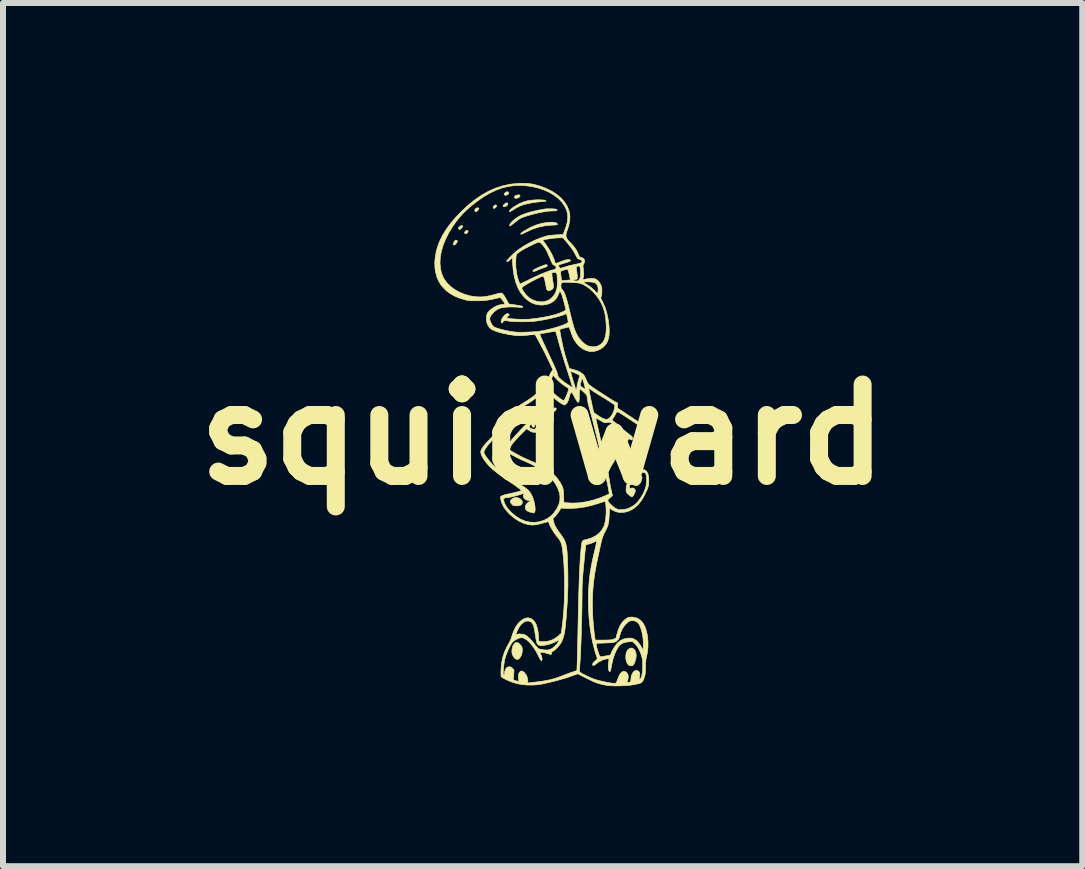
<source format=kicad_pcb>
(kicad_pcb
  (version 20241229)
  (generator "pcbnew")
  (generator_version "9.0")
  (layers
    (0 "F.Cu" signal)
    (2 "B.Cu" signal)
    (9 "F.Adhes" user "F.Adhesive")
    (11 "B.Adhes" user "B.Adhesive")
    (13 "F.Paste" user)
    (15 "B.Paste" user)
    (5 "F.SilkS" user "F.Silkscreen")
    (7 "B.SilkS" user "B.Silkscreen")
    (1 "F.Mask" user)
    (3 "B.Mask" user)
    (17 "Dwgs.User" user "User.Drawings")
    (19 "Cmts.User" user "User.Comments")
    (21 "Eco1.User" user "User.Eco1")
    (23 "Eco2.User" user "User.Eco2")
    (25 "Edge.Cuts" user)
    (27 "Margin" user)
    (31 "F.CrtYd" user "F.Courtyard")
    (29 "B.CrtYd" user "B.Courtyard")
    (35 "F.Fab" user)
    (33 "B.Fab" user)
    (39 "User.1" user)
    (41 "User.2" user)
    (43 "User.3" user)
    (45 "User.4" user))
  (footprint "squidward"
    (layer "F.Cu")
    (at 5.994 4.194)
    (property "Reference" "squidward" (at 0 0 0) (layer "F.SilkS") (effects (font (size 1.524 1.524) (thickness 0.3))))
    (attr through_hole)
    (fp_poly (pts (xy -0.628 1.065) (xy -0.631 1.068) (xy -0.635 1.065) (xy -0.631 1.061) (xy -0.628 1.065)) (stroke (width 0.01) (type solid)) (fill yes) (layer "F.SilkS"))
    (fp_poly (pts (xy -1.246 -3.401) (xy -1.241 -3.39) (xy -1.246 -3.373) (xy -1.255 -3.362) (xy -1.274 -3.349) (xy -1.29 -3.348) (xy -1.295 -3.352) (xy -1.3 -3.366) (xy -1.294 -3.383) (xy -1.281 -3.396) (xy -1.261 -3.404) (xy -1.246 -3.401)) (stroke (width 0.01) (type solid)) (fill yes) (layer "F.SilkS"))
    (fp_poly (pts (xy -1.336 -3.483) (xy -1.331 -3.473) (xy -1.337 -3.458) (xy -1.346 -3.447) (xy -1.368 -3.426) (xy -1.384 -3.419) (xy -1.396 -3.423) (xy -1.404 -3.437) (xy -1.399 -3.452) (xy -1.388 -3.464) (xy -1.367 -3.479) (xy -1.348 -3.485) (xy -1.336 -3.483)) (stroke (width 0.01) (type solid)) (fill yes) (layer "F.SilkS"))
    (fp_poly (pts (xy -1.066 -3.778) (xy -1.062 -3.769) (xy -1.069 -3.753) (xy -1.08 -3.738) (xy -1.098 -3.719) (xy -1.114 -3.713) (xy -1.126 -3.722) (xy -1.131 -3.742) (xy -1.123 -3.76) (xy -1.107 -3.774) (xy -1.083 -3.78) (xy -1.082 -3.78) (xy -1.066 -3.778)) (stroke (width 0.01) (type solid)) (fill yes) (layer "F.SilkS"))
    (fp_poly (pts (xy -0.778 -3.828) (xy -0.771 -3.822) (xy -0.764 -3.813) (xy -0.766 -3.803) (xy -0.774 -3.795) (xy -0.795 -3.775) (xy -0.812 -3.77) (xy -0.821 -3.776) (xy -0.826 -3.791) (xy -0.817 -3.809) (xy -0.802 -3.821) (xy -0.787 -3.829) (xy -0.778 -3.828)) (stroke (width 0.01) (type solid)) (fill yes) (layer "F.SilkS"))
    (fp_poly (pts (xy -0.574 -4.044) (xy -0.564 -4.031) (xy -0.564 -4.018) (xy -0.577 -4.003) (xy -0.597 -3.992) (xy -0.618 -3.988) (xy -0.626 -3.99) (xy -0.639 -3.999) (xy -0.642 -4.007) (xy -0.636 -4.02) (xy -0.622 -4.034) (xy -0.604 -4.045) (xy -0.59 -4.049) (xy -0.574 -4.044)) (stroke (width 0.01) (type solid)) (fill yes) (layer "F.SilkS"))
    (fp_poly (pts (xy -0.582 -3.856) (xy -0.579 -3.849) (xy -0.58 -3.834) (xy -0.592 -3.819) (xy -0.61 -3.807) (xy -0.63 -3.799) (xy -0.648 -3.799) (xy -0.656 -3.805) (xy -0.659 -3.813) (xy -0.654 -3.823) (xy -0.639 -3.839) (xy -0.635 -3.842) (xy -0.612 -3.86) (xy -0.594 -3.864) (xy -0.582 -3.856)) (stroke (width 0.01) (type solid)) (fill yes) (layer "F.SilkS"))
    (fp_poly (pts (xy -0.386 -3.995) (xy -0.378 -3.99) (xy -0.376 -3.975) (xy -0.385 -3.961) (xy -0.403 -3.949) (xy -0.424 -3.941) (xy -0.447 -3.939) (xy -0.461 -3.942) (xy -0.47 -3.952) (xy -0.468 -3.966) (xy -0.457 -3.98) (xy -0.449 -3.985) (xy -0.427 -3.993) (xy -0.404 -3.996) (xy -0.386 -3.995)) (stroke (width 0.01) (type solid)) (fill yes) (layer "F.SilkS"))
    (fp_poly (pts (xy -1.433 -3.238) (xy -1.421 -3.23) (xy -1.419 -3.224) (xy -1.423 -3.213) (xy -1.433 -3.196) (xy -1.438 -3.188) (xy -1.455 -3.169) (xy -1.472 -3.16) (xy -1.485 -3.163) (xy -1.491 -3.171) (xy -1.49 -3.182) (xy -1.482 -3.199) (xy -1.471 -3.219) (xy -1.459 -3.234) (xy -1.45 -3.242) (xy -1.449 -3.242) (xy -1.433 -3.238)) (stroke (width 0.01) (type solid)) (fill yes) (layer "F.SilkS"))
    (fp_poly (pts (xy 1.631 0.676) (xy 1.648 0.691) (xy 1.655 0.704) (xy 1.657 0.718) (xy 1.654 0.738) (xy 1.651 0.752) (xy 1.638 0.79) (xy 1.617 0.82) (xy 1.592 0.841) (xy 1.565 0.851) (xy 1.536 0.849) (xy 1.515 0.837) (xy 1.498 0.816) (xy 1.495 0.789) (xy 1.505 0.756) (xy 1.508 0.749) (xy 1.529 0.718) (xy 1.554 0.694) (xy 1.581 0.679) (xy 1.608 0.672) (xy 1.631 0.676)) (stroke (width 0.01) (type solid)) (fill yes) (layer "F.SilkS"))
    (fp_poly (pts (xy 0.067 -2.831) (xy 0.068 -2.831) (xy 0.08 -2.82) (xy 0.077 -2.808) (xy 0.06 -2.796) (xy 0.029 -2.783) (xy 0.006 -2.776) (xy -0.024 -2.766) (xy -0.059 -2.752) (xy -0.083 -2.742) (xy -0.118 -2.727) (xy -0.144 -2.72) (xy -0.16 -2.721) (xy -0.164 -2.729) (xy -0.157 -2.739) (xy -0.136 -2.753) (xy -0.101 -2.772) (xy -0.052 -2.794) (xy -0.024 -2.805) (xy 0.013 -2.82) (xy 0.039 -2.829) (xy 0.057 -2.833) (xy 0.067 -2.831)) (stroke (width 0.01) (type solid)) (fill yes) (layer "F.SilkS"))
    (fp_poly (pts (xy -0.423 1.05) (xy -0.412 1.052) (xy -0.381 1.066) (xy -0.357 1.085) (xy -0.341 1.108) (xy -0.336 1.125) (xy -0.342 1.152) (xy -0.359 1.172) (xy -0.387 1.183) (xy -0.428 1.188) (xy -0.437 1.188) (xy -0.465 1.187) (xy -0.483 1.184) (xy -0.496 1.177) (xy -0.511 1.164) (xy -0.512 1.162) (xy -0.531 1.139) (xy -0.538 1.118) (xy -0.538 1.117) (xy -0.531 1.094) (xy -0.513 1.073) (xy -0.486 1.058) (xy -0.456 1.049) (xy -0.423 1.05)) (stroke (width 0.01) (type solid)) (fill yes) (layer "F.SilkS"))
    (fp_poly (pts (xy 1.505 3.564) (xy 1.528 3.582) (xy 1.546 3.609) (xy 1.557 3.645) (xy 1.561 3.685) (xy 1.558 3.714) (xy 1.551 3.748) (xy 1.54 3.784) (xy 1.527 3.815) (xy 1.515 3.837) (xy 1.512 3.841) (xy 1.493 3.852) (xy 1.467 3.854) (xy 1.442 3.846) (xy 1.432 3.84) (xy 1.412 3.816) (xy 1.397 3.781) (xy 1.388 3.738) (xy 1.386 3.706) (xy 1.39 3.658) (xy 1.4 3.62) (xy 1.419 3.59) (xy 1.428 3.58) (xy 1.454 3.561) (xy 1.48 3.557) (xy 1.505 3.564)) (stroke (width 0.01) (type solid)) (fill yes) (layer "F.SilkS"))
    (fp_poly (pts (xy -0.417 3.465) (xy -0.417 3.466) (xy -0.394 3.48) (xy -0.371 3.502) (xy -0.352 3.529) (xy -0.343 3.547) (xy -0.337 3.585) (xy -0.34 3.627) (xy -0.35 3.669) (xy -0.368 3.706) (xy -0.391 3.733) (xy -0.393 3.735) (xy -0.411 3.747) (xy -0.426 3.749) (xy -0.445 3.741) (xy -0.45 3.739) (xy -0.465 3.726) (xy -0.482 3.705) (xy -0.491 3.692) (xy -0.503 3.667) (xy -0.51 3.644) (xy -0.512 3.613) (xy -0.512 3.608) (xy -0.508 3.566) (xy -0.498 3.528) (xy -0.482 3.497) (xy -0.462 3.475) (xy -0.44 3.464) (xy -0.417 3.465)) (stroke (width 0.01) (type solid)) (fill yes) (layer "F.SilkS"))
    (fp_poly (pts (xy 0.187 -3.539) (xy 0.215 -3.533) (xy 0.236 -3.524) (xy 0.246 -3.514) (xy 0.247 -3.511) (xy 0.247 -3.499) (xy 0.247 -3.499) (xy 0.24 -3.497) (xy 0.221 -3.495) (xy 0.193 -3.493) (xy 0.163 -3.492) (xy 0.05 -3.483) (xy -0.063 -3.459) (xy -0.176 -3.422) (xy -0.282 -3.373) (xy -0.312 -3.357) (xy -0.338 -3.346) (xy -0.355 -3.34) (xy -0.363 -3.34) (xy -0.365 -3.347) (xy -0.361 -3.355) (xy -0.349 -3.365) (xy -0.328 -3.381) (xy -0.308 -3.394) (xy -0.212 -3.449) (xy -0.113 -3.492) (xy -0.01 -3.522) (xy 0.092 -3.538) (xy 0.155 -3.541) (xy 0.187 -3.539)) (stroke (width 0.01) (type solid)) (fill yes) (layer "F.SilkS"))
    (fp_poly (pts (xy -0.028 -3.913) (xy 0.007 -3.911) (xy 0.034 -3.907) (xy 0.052 -3.902) (xy 0.058 -3.895) (xy 0.057 -3.893) (xy 0.048 -3.89) (xy 0.028 -3.887) (xy -0.001 -3.884) (xy -0.028 -3.882) (xy -0.094 -3.876) (xy -0.165 -3.866) (xy -0.236 -3.852) (xy -0.301 -3.837) (xy -0.32 -3.831) (xy -0.385 -3.807) (xy -0.447 -3.774) (xy -0.487 -3.749) (xy -0.517 -3.73) (xy -0.536 -3.719) (xy -0.547 -3.715) (xy -0.552 -3.718) (xy -0.553 -3.723) (xy -0.546 -3.739) (xy -0.525 -3.76) (xy -0.491 -3.787) (xy -0.463 -3.806) (xy -0.39 -3.848) (xy -0.311 -3.881) (xy -0.269 -3.893) (xy -0.236 -3.901) (xy -0.198 -3.906) (xy -0.155 -3.91) (xy -0.111 -3.913) (xy -0.068 -3.914) (xy -0.028 -3.913)) (stroke (width 0.01) (type solid)) (fill yes) (layer "F.SilkS"))
    (fp_poly (pts (xy 0.121 -3.764) (xy 0.142 -3.764) (xy 0.186 -3.762) (xy 0.216 -3.759) (xy 0.234 -3.755) (xy 0.242 -3.75) (xy 0.242 -3.743) (xy 0.239 -3.738) (xy 0.228 -3.732) (xy 0.206 -3.729) (xy 0.171 -3.728) (xy 0.169 -3.728) (xy 0.105 -3.725) (xy 0.03 -3.715) (xy -0.053 -3.7) (xy -0.141 -3.679) (xy -0.232 -3.654) (xy -0.284 -3.638) (xy -0.321 -3.625) (xy -0.351 -3.613) (xy -0.378 -3.599) (xy -0.406 -3.581) (xy -0.437 -3.558) (xy -0.467 -3.534) (xy -0.493 -3.513) (xy -0.515 -3.496) (xy -0.531 -3.483) (xy -0.536 -3.479) (xy -0.545 -3.478) (xy -0.55 -3.484) (xy -0.548 -3.498) (xy -0.536 -3.518) (xy -0.516 -3.543) (xy -0.489 -3.569) (xy -0.459 -3.594) (xy -0.453 -3.599) (xy -0.413 -3.626) (xy -0.37 -3.65) (xy -0.322 -3.671) (xy -0.267 -3.691) (xy -0.203 -3.71) (xy -0.128 -3.728) (xy -0.06 -3.743) (xy -0.012 -3.752) (xy 0.026 -3.759) (xy 0.058 -3.763) (xy 0.088 -3.764) (xy 0.121 -3.764)) (stroke (width 0.01) (type solid)) (fill yes) (layer "F.SilkS"))
    (fp_poly (pts (xy -0.224 -4.184) (xy -0.152 -4.172) (xy -0.076 -4.152) (xy -0.043 -4.142) (xy 0.062 -4.102) (xy 0.156 -4.056) (xy 0.238 -4.002) (xy 0.308 -3.943) (xy 0.365 -3.877) (xy 0.41 -3.806) (xy 0.44 -3.731) (xy 0.445 -3.712) (xy 0.456 -3.643) (xy 0.453 -3.568) (xy 0.437 -3.488) (xy 0.419 -3.43) (xy 0.402 -3.381) (xy 0.392 -3.343) (xy 0.39 -3.311) (xy 0.396 -3.284) (xy 0.411 -3.257) (xy 0.435 -3.227) (xy 0.47 -3.192) (xy 0.521 -3.135) (xy 0.563 -3.075) (xy 0.593 -3.016) (xy 0.598 -3.003) (xy 0.608 -2.978) (xy 0.617 -2.964) (xy 0.629 -2.958) (xy 0.637 -2.955) (xy 0.67 -2.943) (xy 0.692 -2.923) (xy 0.701 -2.897) (xy 0.696 -2.867) (xy 0.687 -2.85) (xy 0.677 -2.83) (xy 0.674 -2.811) (xy 0.675 -2.786) (xy 0.676 -2.784) (xy 0.682 -2.728) (xy 0.685 -2.684) (xy 0.684 -2.65) (xy 0.68 -2.623) (xy 0.677 -2.616) (xy 0.672 -2.601) (xy 0.671 -2.592) (xy 0.675 -2.587) (xy 0.688 -2.587) (xy 0.71 -2.59) (xy 0.745 -2.597) (xy 0.747 -2.597) (xy 0.805 -2.605) (xy 0.853 -2.602) (xy 0.892 -2.589) (xy 0.925 -2.564) (xy 0.953 -2.528) (xy 0.965 -2.505) (xy 0.977 -2.479) (xy 0.984 -2.458) (xy 0.987 -2.435) (xy 0.988 -2.404) (xy 0.988 -2.392) (xy 0.987 -2.352) (xy 0.982 -2.319) (xy 0.977 -2.301) (xy 0.972 -2.287) (xy 0.971 -2.276) (xy 0.975 -2.262) (xy 0.984 -2.242) (xy 0.995 -2.223) (xy 1.037 -2.131) (xy 1.07 -2.03) (xy 1.093 -1.919) (xy 1.107 -1.81) (xy 1.111 -1.731) (xy 1.108 -1.663) (xy 1.099 -1.604) (xy 1.081 -1.552) (xy 1.079 -1.546) (xy 1.049 -1.498) (xy 1.009 -1.456) (xy 0.959 -1.422) (xy 0.904 -1.398) (xy 0.846 -1.385) (xy 0.842 -1.385) (xy 0.783 -1.386) (xy 0.724 -1.402) (xy 0.667 -1.43) (xy 0.614 -1.469) (xy 0.568 -1.519) (xy 0.563 -1.526) (xy 0.538 -1.562) (xy 0.518 -1.595) (xy 0.501 -1.632) (xy 0.484 -1.674) (xy 0.47 -1.716) (xy 0.459 -1.747) (xy 0.449 -1.773) (xy 0.441 -1.788) (xy 0.437 -1.793) (xy 0.426 -1.791) (xy 0.405 -1.786) (xy 0.378 -1.779) (xy 0.349 -1.772) (xy 0.322 -1.765) (xy 0.3 -1.758) (xy 0.288 -1.754) (xy 0.287 -1.753) (xy 0.286 -1.745) (xy 0.289 -1.724) (xy 0.294 -1.693) (xy 0.301 -1.654) (xy 0.309 -1.61) (xy 0.319 -1.562) (xy 0.329 -1.514) (xy 0.339 -1.468) (xy 0.349 -1.424) (xy 0.358 -1.387) (xy 0.362 -1.371) (xy 0.375 -1.324) (xy 0.391 -1.273) (xy 0.406 -1.223) (xy 0.417 -1.188) (xy 0.445 -1.103) (xy 0.504 -1.087) (xy 0.551 -1.073) (xy 0.588 -1.06) (xy 0.619 -1.045) (xy 0.647 -1.027) (xy 0.657 -1.02) (xy 0.675 -1.006) (xy 0.688 -0.991) (xy 0.7 -0.972) (xy 0.713 -0.945) (xy 0.725 -0.92) (xy 0.739 -0.886) (xy 0.751 -0.863) (xy 0.763 -0.845) (xy 0.778 -0.83) (xy 0.799 -0.814) (xy 0.806 -0.808) (xy 0.833 -0.788) (xy 0.869 -0.764) (xy 0.906 -0.739) (xy 0.93 -0.723) (xy 0.996 -0.681) (xy 1.05 -0.646) (xy 1.094 -0.618) (xy 1.129 -0.595) (xy 1.157 -0.578) (xy 1.179 -0.565) (xy 1.195 -0.555) (xy 1.208 -0.548) (xy 1.218 -0.543) (xy 1.221 -0.541) (xy 1.251 -0.527) (xy 1.249 -0.485) (xy 1.247 -0.443) (xy 1.483 -0.288) (xy 1.538 -0.251) (xy 1.59 -0.216) (xy 1.637 -0.184) (xy 1.679 -0.154) (xy 1.713 -0.13) (xy 1.738 -0.111) (xy 1.752 -0.099) (xy 1.752 -0.099) (xy 1.779 -0.067) (xy 1.793 -0.036) (xy 1.796 -0.00038) (xy 1.79 0.039) (xy 1.78 0.075) (xy 1.769 0.112) (xy 1.756 0.152) (xy 1.739 0.195) (xy 1.718 0.244) (xy 1.693 0.3) (xy 1.662 0.365) (xy 1.625 0.44) (xy 1.603 0.485) (xy 1.582 0.528) (xy 1.564 0.566) (xy 1.548 0.598) (xy 1.538 0.621) (xy 1.532 0.633) (xy 1.531 0.635) (xy 1.538 0.634) (xy 1.554 0.628) (xy 1.577 0.617) (xy 1.588 0.611) (xy 1.633 0.592) (xy 1.669 0.584) (xy 1.699 0.588) (xy 1.724 0.603) (xy 1.745 0.631) (xy 1.748 0.636) (xy 1.759 0.666) (xy 1.767 0.706) (xy 1.77 0.752) (xy 1.77 0.8) (xy 1.765 0.845) (xy 1.76 0.865) (xy 1.749 0.899) (xy 1.731 0.942) (xy 1.709 0.988) (xy 1.685 1.036) (xy 1.66 1.079) (xy 1.639 1.11) (xy 1.59 1.17) (xy 1.535 1.219) (xy 1.475 1.258) (xy 1.413 1.284) (xy 1.35 1.297) (xy 1.297 1.298) (xy 1.252 1.292) (xy 1.215 1.282) (xy 1.179 1.265) (xy 1.157 1.253) (xy 1.115 1.228) (xy 1.11 1.341) (xy 1.107 1.402) (xy 1.102 1.452) (xy 1.094 1.494) (xy 1.083 1.531) (xy 1.068 1.566) (xy 1.049 1.602) (xy 1.03 1.638) (xy 1.013 1.677) (xy 0.999 1.713) (xy 0.997 1.718) (xy 0.993 1.733) (xy 0.988 1.749) (xy 0.983 1.768) (xy 0.978 1.79) (xy 0.971 1.818) (xy 0.963 1.853) (xy 0.954 1.897) (xy 0.943 1.949) (xy 0.929 2.013) (xy 0.913 2.088) (xy 0.899 2.155) (xy 0.869 2.316) (xy 0.848 2.473) (xy 0.835 2.631) (xy 0.83 2.794) (xy 0.832 2.917) (xy 0.835 2.998) (xy 0.839 3.083) (xy 0.846 3.167) (xy 0.854 3.249) (xy 0.862 3.323) (xy 0.871 3.386) (xy 0.872 3.392) (xy 0.878 3.425) (xy 1.013 3.425) (xy 1.063 3.424) (xy 1.101 3.423) (xy 1.13 3.421) (xy 1.152 3.419) (xy 1.169 3.415) (xy 1.184 3.409) (xy 1.221 3.395) (xy 1.242 3.317) (xy 1.264 3.247) (xy 1.288 3.19) (xy 1.317 3.143) (xy 1.346 3.108) (xy 1.381 3.076) (xy 1.412 3.055) (xy 1.444 3.044) (xy 1.481 3.041) (xy 1.498 3.042) (xy 1.555 3.052) (xy 1.604 3.074) (xy 1.647 3.108) (xy 1.682 3.155) (xy 1.712 3.216) (xy 1.729 3.267) (xy 1.748 3.355) (xy 1.757 3.45) (xy 1.756 3.547) (xy 1.745 3.642) (xy 1.733 3.701) (xy 1.725 3.734) (xy 1.721 3.766) (xy 1.718 3.804) (xy 1.718 3.85) (xy 1.718 3.859) (xy 1.716 3.93) (xy 1.71 3.99) (xy 1.698 4.041) (xy 1.682 4.084) (xy 1.676 4.096) (xy 1.666 4.113) (xy 1.655 4.126) (xy 1.642 4.136) (xy 1.624 4.145) (xy 1.598 4.152) (xy 1.562 4.16) (xy 1.514 4.169) (xy 1.463 4.177) (xy 1.403 4.183) (xy 1.337 4.186) (xy 1.269 4.189) (xy 1.203 4.189) (xy 1.142 4.186) (xy 1.091 4.182) (xy 1.072 4.18) (xy 1.015 4.169) (xy 0.963 4.157) (xy 0.913 4.142) (xy 0.861 4.122) (xy 0.804 4.096) (xy 0.738 4.064) (xy 0.728 4.059) (xy 0.585 3.987) (xy 0.503 4.017) (xy 0.424 4.045) (xy 0.334 4.072) (xy 0.231 4.101) (xy 0.114 4.13) (xy 0.086 4.136) (xy 0.032 4.149) (xy -0.012 4.158) (xy -0.049 4.164) (xy -0.084 4.169) (xy -0.121 4.172) (xy -0.163 4.174) (xy -0.165 4.174) (xy -0.26 4.174) (xy -0.346 4.166) (xy -0.429 4.15) (xy -0.494 4.131) (xy -0.531 4.118) (xy -0.57 4.102) (xy -0.608 4.084) (xy -0.642 4.067) (xy -0.669 4.052) (xy -0.685 4.04) (xy -0.687 4.038) (xy -0.691 4.03) (xy -0.693 4.015) (xy -0.694 3.99) (xy -0.694 3.977) (xy -0.656 3.977) (xy -0.654 3.994) (xy -0.649 4.01) (xy -0.643 4.013) (xy -0.638 4.003) (xy -0.635 3.983) (xy -0.635 3.974) (xy -0.631 3.948) (xy -0.621 3.919) (xy -0.608 3.895) (xy -0.593 3.879) (xy -0.591 3.878) (xy -0.573 3.872) (xy -0.551 3.87) (xy -0.55 3.87) (xy -0.531 3.873) (xy -0.514 3.883) (xy -0.5 3.897) (xy -0.476 3.925) (xy -0.481 3.993) (xy -0.483 4.024) (xy -0.485 4.052) (xy -0.487 4.07) (xy -0.487 4.074) (xy -0.484 4.086) (xy -0.469 4.095) (xy -0.462 4.098) (xy -0.431 4.107) (xy -0.408 4.11) (xy -0.396 4.107) (xy -0.395 4.101) (xy -0.397 4.088) (xy -0.4 4.066) (xy -0.402 4.042) (xy -0.403 4.013) (xy -0.4 3.993) (xy -0.393 3.977) (xy -0.387 3.967) (xy -0.369 3.946) (xy -0.35 3.939) (xy -0.329 3.946) (xy -0.31 3.961) (xy -0.278 3.997) (xy -0.257 4.042) (xy -0.247 4.09) (xy -0.247 4.1) (xy -0.247 4.14) (xy -0.211 4.136) (xy -0.19 4.133) (xy -0.158 4.129) (xy -0.12 4.125) (xy -0.082 4.12) (xy 0.002 4.109) (xy 0.075 4.096) (xy 0.142 4.081) (xy 0.206 4.064) (xy 0.271 4.042) (xy 0.333 4.018) (xy 0.377 4.001) (xy 0.423 3.984) (xy 0.467 3.968) (xy 0.501 3.957) (xy 0.526 3.948) (xy 0.612 3.948) (xy 0.633 3.965) (xy 0.651 3.978) (xy 0.68 3.994) (xy 0.717 4.013) (xy 0.757 4.032) (xy 0.798 4.051) (xy 0.836 4.067) (xy 0.868 4.079) (xy 0.87 4.08) (xy 0.907 4.09) (xy 0.951 4.102) (xy 0.999 4.113) (xy 1.048 4.124) (xy 1.095 4.133) (xy 1.136 4.14) (xy 1.168 4.144) (xy 1.181 4.145) (xy 1.205 4.145) (xy 1.219 4.143) (xy 1.227 4.135) (xy 1.235 4.119) (xy 1.235 4.118) (xy 1.245 4.095) (xy 1.256 4.066) (xy 1.263 4.046) (xy 1.283 4.003) (xy 1.306 3.971) (xy 1.331 3.952) (xy 1.357 3.946) (xy 1.383 3.953) (xy 1.404 3.971) (xy 1.418 3.989) (xy 1.425 4.007) (xy 1.427 4.031) (xy 1.427 4.038) (xy 1.425 4.067) (xy 1.42 4.095) (xy 1.416 4.105) (xy 1.41 4.122) (xy 1.41 4.13) (xy 1.419 4.131) (xy 1.424 4.131) (xy 1.451 4.127) (xy 1.466 4.114) (xy 1.472 4.09) (xy 1.472 4.084) (xy 1.476 4.04) (xy 1.487 4.001) (xy 1.503 3.97) (xy 1.523 3.946) (xy 1.547 3.933) (xy 1.571 3.931) (xy 1.595 3.941) (xy 1.604 3.949) (xy 1.614 3.961) (xy 1.619 3.973) (xy 1.621 3.991) (xy 1.619 4.014) (xy 1.616 4.041) (xy 1.613 4.064) (xy 1.61 4.075) (xy 1.606 4.085) (xy 1.61 4.085) (xy 1.621 4.078) (xy 1.639 4.059) (xy 1.652 4.025) (xy 1.661 3.977) (xy 1.667 3.916) (xy 1.668 3.859) (xy 1.667 3.81) (xy 1.666 3.771) (xy 1.662 3.74) (xy 1.656 3.71) (xy 1.652 3.696) (xy 1.633 3.637) (xy 1.607 3.581) (xy 1.577 3.531) (xy 1.545 3.492) (xy 1.538 3.484) (xy 1.5 3.449) (xy 1.437 3.453) (xy 1.381 3.461) (xy 1.335 3.476) (xy 1.297 3.5) (xy 1.266 3.535) (xy 1.263 3.538) (xy 1.232 3.591) (xy 1.203 3.656) (xy 1.177 3.732) (xy 1.156 3.817) (xy 1.142 3.89) (xy 1.136 3.924) (xy 1.129 3.944) (xy 1.121 3.951) (xy 1.112 3.947) (xy 1.112 3.946) (xy 1.101 3.926) (xy 1.096 3.894) (xy 1.096 3.851) (xy 1.099 3.812) (xy 1.103 3.781) (xy 1.105 3.757) (xy 1.105 3.742) (xy 1.104 3.739) (xy 1.093 3.737) (xy 1.073 3.738) (xy 1.047 3.743) (xy 1.021 3.749) (xy 0.999 3.757) (xy 0.989 3.763) (xy 0.97 3.774) (xy 0.955 3.78) (xy 0.952 3.78) (xy 0.942 3.785) (xy 0.924 3.797) (xy 0.904 3.814) (xy 0.875 3.836) (xy 0.853 3.847) (xy 0.837 3.845) (xy 0.833 3.84) (xy 0.833 3.827) (xy 0.842 3.808) (xy 0.86 3.787) (xy 0.881 3.769) (xy 0.899 3.754) (xy 0.908 3.739) (xy 0.909 3.722) (xy 0.902 3.698) (xy 0.896 3.682) (xy 0.886 3.653) (xy 0.874 3.613) (xy 0.861 3.565) (xy 0.847 3.512) (xy 0.839 3.478) (xy 0.893 3.478) (xy 0.895 3.504) (xy 0.899 3.53) (xy 0.908 3.565) (xy 0.919 3.604) (xy 0.932 3.642) (xy 0.943 3.671) (xy 0.953 3.692) (xy 0.961 3.702) (xy 0.971 3.703) (xy 0.978 3.702) (xy 0.995 3.699) (xy 1.021 3.694) (xy 1.05 3.69) (xy 1.078 3.685) (xy 1.103 3.681) (xy 1.117 3.679) (xy 1.132 3.669) (xy 1.142 3.648) (xy 1.153 3.618) (xy 1.172 3.582) (xy 1.196 3.543) (xy 1.221 3.507) (xy 1.244 3.477) (xy 1.252 3.469) (xy 1.3 3.431) (xy 1.355 3.406) (xy 1.417 3.394) (xy 1.428 3.393) (xy 1.46 3.392) (xy 1.484 3.394) (xy 1.505 3.4) (xy 1.526 3.409) (xy 1.566 3.434) (xy 1.604 3.474) (xy 1.641 3.529) (xy 1.654 3.552) (xy 1.677 3.597) (xy 1.679 3.534) (xy 1.679 3.457) (xy 1.672 3.38) (xy 1.659 3.305) (xy 1.64 3.237) (xy 1.62 3.184) (xy 1.604 3.155) (xy 1.588 3.135) (xy 1.567 3.12) (xy 1.566 3.119) (xy 1.525 3.103) (xy 1.485 3.1) (xy 1.446 3.111) (xy 1.43 3.121) (xy 1.378 3.168) (xy 1.336 3.225) (xy 1.304 3.291) (xy 1.287 3.349) (xy 1.278 3.382) (xy 1.268 3.405) (xy 1.254 3.423) (xy 1.252 3.424) (xy 1.235 3.439) (xy 1.219 3.45) (xy 1.2 3.459) (xy 1.176 3.465) (xy 1.146 3.469) (xy 1.106 3.471) (xy 1.055 3.473) (xy 1.035 3.474) (xy 0.893 3.478) (xy 0.839 3.478) (xy 0.834 3.458) (xy 0.823 3.407) (xy 0.815 3.369) (xy 0.793 3.232) (xy 0.777 3.091) (xy 0.767 2.944) (xy 0.763 2.789) (xy 0.764 2.671) (xy 0.768 2.571) (xy 0.774 2.477) (xy 0.782 2.386) (xy 0.794 2.295) (xy 0.81 2.201) (xy 0.83 2.101) (xy 0.854 1.992) (xy 0.872 1.918) (xy 0.882 1.874) (xy 0.891 1.836) (xy 0.898 1.805) (xy 0.902 1.783) (xy 0.902 1.774) (xy 0.902 1.774) (xy 0.894 1.775) (xy 0.878 1.782) (xy 0.866 1.789) (xy 0.842 1.8) (xy 0.81 1.812) (xy 0.778 1.822) (xy 0.751 1.83) (xy 0.731 1.836) (xy 0.722 1.839) (xy 0.721 1.839) (xy 0.72 1.848) (xy 0.717 1.869) (xy 0.714 1.901) (xy 0.709 1.942) (xy 0.704 1.99) (xy 0.699 2.043) (xy 0.693 2.099) (xy 0.688 2.156) (xy 0.682 2.213) (xy 0.677 2.267) (xy 0.673 2.316) (xy 0.669 2.359) (xy 0.666 2.392) (xy 0.665 2.409) (xy 0.663 2.448) (xy 0.661 2.498) (xy 0.659 2.555) (xy 0.658 2.616) (xy 0.658 2.675) (xy 0.657 2.697) (xy 0.657 2.781) (xy 0.656 2.874) (xy 0.654 2.973) (xy 0.652 3.076) (xy 0.649 3.182) (xy 0.646 3.288) (xy 0.643 3.392) (xy 0.639 3.493) (xy 0.635 3.588) (xy 0.631 3.675) (xy 0.627 3.753) (xy 0.622 3.819) (xy 0.62 3.855) (xy 0.612 3.948) (xy 0.526 3.948) (xy 0.572 3.933) (xy 0.576 3.817) (xy 0.577 3.788) (xy 0.578 3.745) (xy 0.58 3.691) (xy 0.581 3.627) (xy 0.583 3.556) (xy 0.585 3.48) (xy 0.586 3.4) (xy 0.588 3.318) (xy 0.589 3.283) (xy 0.592 3.124) (xy 0.595 2.979) (xy 0.598 2.846) (xy 0.601 2.726) (xy 0.604 2.616) (xy 0.607 2.516) (xy 0.61 2.426) (xy 0.613 2.343) (xy 0.617 2.267) (xy 0.62 2.197) (xy 0.624 2.132) (xy 0.627 2.071) (xy 0.632 2.013) (xy 0.636 1.957) (xy 0.641 1.902) (xy 0.643 1.879) (xy 0.649 1.83) (xy 0.656 1.795) (xy 0.666 1.773) (xy 0.679 1.761) (xy 0.682 1.76) (xy 0.693 1.757) (xy 0.715 1.752) (xy 0.742 1.745) (xy 0.743 1.745) (xy 0.819 1.721) (xy 0.885 1.687) (xy 0.942 1.644) (xy 0.987 1.592) (xy 1.02 1.532) (xy 1.031 1.502) (xy 1.045 1.444) (xy 1.054 1.377) (xy 1.059 1.304) (xy 1.058 1.23) (xy 1.057 1.217) (xy 1.055 1.182) (xy 1.052 1.152) (xy 1.048 1.13) (xy 1.046 1.12) (xy 1.041 1.117) (xy 1.03 1.118) (xy 1.012 1.121) (xy 0.984 1.129) (xy 0.945 1.142) (xy 0.921 1.15) (xy 0.805 1.184) (xy 0.688 1.209) (xy 0.571 1.225) (xy 0.46 1.231) (xy 0.387 1.23) (xy 0.308 1.225) (xy 0.276 1.276) (xy 0.255 1.307) (xy 0.23 1.339) (xy 0.209 1.363) (xy 0.172 1.401) (xy 0.183 1.448) (xy 0.194 1.485) (xy 0.208 1.52) (xy 0.228 1.556) (xy 0.255 1.598) (xy 0.28 1.632) (xy 0.308 1.671) (xy 0.332 1.705) (xy 0.352 1.736) (xy 0.368 1.767) (xy 0.381 1.8) (xy 0.391 1.835) (xy 0.399 1.874) (xy 0.405 1.92) (xy 0.41 1.974) (xy 0.413 2.038) (xy 0.416 2.113) (xy 0.419 2.196) (xy 0.421 2.306) (xy 0.422 2.41) (xy 0.422 2.511) (xy 0.419 2.613) (xy 0.415 2.718) (xy 0.409 2.831) (xy 0.4 2.953) (xy 0.396 3.014) (xy 0.389 3.099) (xy 0.382 3.171) (xy 0.375 3.231) (xy 0.368 3.283) (xy 0.36 3.326) (xy 0.35 3.364) (xy 0.34 3.398) (xy 0.327 3.43) (xy 0.312 3.462) (xy 0.312 3.463) (xy 0.296 3.489) (xy 0.273 3.518) (xy 0.247 3.548) (xy 0.221 3.575) (xy 0.195 3.597) (xy 0.175 3.61) (xy 0.168 3.613) (xy 0.154 3.619) (xy 0.148 3.63) (xy 0.149 3.647) (xy 0.148 3.658) (xy 0.141 3.663) (xy 0.125 3.662) (xy 0.099 3.655) (xy 0.082 3.65) (xy 0.035 3.636) (xy 0.001 3.629) (xy -0.021 3.628) (xy -0.033 3.634) (xy -0.035 3.647) (xy -0.029 3.667) (xy -0.023 3.68) (xy -0.014 3.705) (xy -0.009 3.731) (xy -0.01 3.753) (xy -0.016 3.768) (xy -0.02 3.771) (xy -0.026 3.765) (xy -0.037 3.749) (xy -0.052 3.723) (xy -0.069 3.69) (xy -0.073 3.681) (xy -0.111 3.61) (xy -0.151 3.547) (xy -0.192 3.493) (xy -0.233 3.448) (xy -0.274 3.415) (xy -0.313 3.393) (xy -0.349 3.384) (xy -0.353 3.384) (xy -0.381 3.389) (xy -0.415 3.402) (xy -0.45 3.42) (xy -0.481 3.442) (xy -0.505 3.464) (xy -0.509 3.469) (xy -0.531 3.504) (xy -0.555 3.548) (xy -0.579 3.599) (xy -0.6 3.65) (xy -0.617 3.699) (xy -0.624 3.72) (xy -0.633 3.76) (xy -0.641 3.806) (xy -0.648 3.855) (xy -0.653 3.902) (xy -0.656 3.944) (xy -0.656 3.977) (xy -0.694 3.977) (xy -0.694 3.955) (xy -0.693 3.916) (xy -0.684 3.81) (xy -0.664 3.712) (xy -0.633 3.619) (xy -0.59 3.528) (xy -0.566 3.487) (xy -0.53 3.416) (xy -0.511 3.358) (xy -0.502 3.33) (xy -0.443 3.33) (xy -0.442 3.339) (xy -0.435 3.337) (xy -0.428 3.331) (xy -0.414 3.325) (xy -0.391 3.323) (xy -0.362 3.324) (xy -0.332 3.327) (xy -0.307 3.332) (xy -0.295 3.336) (xy -0.26 3.358) (xy -0.221 3.393) (xy -0.177 3.44) (xy -0.133 3.494) (xy -0.108 3.526) (xy -0.089 3.548) (xy -0.075 3.562) (xy -0.063 3.57) (xy -0.051 3.574) (xy -0.046 3.575) (xy -0.019 3.58) (xy 0.009 3.585) (xy 0.011 3.586) (xy 0.063 3.592) (xy 0.107 3.587) (xy 0.133 3.578) (xy 0.16 3.563) (xy 0.189 3.54) (xy 0.217 3.514) (xy 0.241 3.487) (xy 0.257 3.463) (xy 0.261 3.453) (xy 0.265 3.435) (xy 0.267 3.425) (xy 0.266 3.424) (xy 0.26 3.427) (xy 0.245 3.435) (xy 0.236 3.441) (xy 0.201 3.46) (xy 0.156 3.479) (xy 0.106 3.495) (xy 0.054 3.507) (xy 0.027 3.512) (xy -0.006 3.516) (xy -0.029 3.517) (xy -0.045 3.516) (xy -0.059 3.511) (xy -0.063 3.509) (xy -0.074 3.503) (xy -0.084 3.495) (xy -0.091 3.482) (xy -0.098 3.464) (xy -0.104 3.439) (xy -0.111 3.403) (xy -0.119 3.355) (xy -0.123 3.327) (xy -0.13 3.284) (xy -0.138 3.243) (xy -0.145 3.209) (xy -0.151 3.184) (xy -0.154 3.176) (xy -0.174 3.141) (xy -0.202 3.118) (xy -0.234 3.107) (xy -0.27 3.109) (xy -0.307 3.123) (xy -0.343 3.149) (xy -0.358 3.164) (xy -0.374 3.186) (xy -0.391 3.211) (xy -0.406 3.238) (xy -0.42 3.266) (xy -0.432 3.292) (xy -0.44 3.314) (xy -0.443 3.33) (xy -0.502 3.33) (xy -0.485 3.281) (xy -0.453 3.213) (xy -0.414 3.155) (xy -0.37 3.109) (xy -0.321 3.075) (xy -0.275 3.057) (xy -0.236 3.054) (xy -0.198 3.064) (xy -0.163 3.087) (xy -0.132 3.12) (xy -0.108 3.163) (xy -0.105 3.172) (xy -0.088 3.227) (xy -0.075 3.289) (xy -0.068 3.351) (xy -0.067 3.378) (xy -0.067 3.412) (xy -0.064 3.433) (xy -0.056 3.445) (xy -0.041 3.45) (xy -0.015 3.451) (xy 0.003 3.451) (xy 0.076 3.446) (xy 0.141 3.43) (xy 0.2 3.401) (xy 0.258 3.359) (xy 0.268 3.35) (xy 0.312 3.31) (xy 0.324 3.215) (xy 0.338 3.1) (xy 0.348 2.992) (xy 0.356 2.888) (xy 0.361 2.784) (xy 0.364 2.676) (xy 0.365 2.561) (xy 0.364 2.439) (xy 0.362 2.353) (xy 0.36 2.279) (xy 0.358 2.215) (xy 0.355 2.156) (xy 0.351 2.101) (xy 0.346 2.047) (xy 0.34 1.99) (xy 0.333 1.929) (xy 0.332 1.92) (xy 0.324 1.867) (xy 0.315 1.825) (xy 0.301 1.789) (xy 0.283 1.755) (xy 0.257 1.719) (xy 0.231 1.688) (xy 0.21 1.661) (xy 0.187 1.627) (xy 0.164 1.59) (xy 0.142 1.553) (xy 0.124 1.519) (xy 0.111 1.49) (xy 0.105 1.47) (xy 0.105 1.467) (xy 0.103 1.459) (xy 0.096 1.455) (xy 0.082 1.455) (xy 0.058 1.46) (xy 0.023 1.47) (xy 0.014 1.472) (xy -0.048 1.489) (xy -0.099 1.5) (xy -0.144 1.506) (xy -0.184 1.507) (xy -0.223 1.502) (xy -0.239 1.5) (xy -0.318 1.477) (xy -0.396 1.441) (xy -0.472 1.392) (xy -0.543 1.332) (xy -0.557 1.319) (xy -0.61 1.26) (xy -0.65 1.204) (xy -0.678 1.147) (xy -0.696 1.088) (xy -0.7 1.063) (xy -0.702 1.043) (xy -0.699 1.032) (xy -0.688 1.024) (xy -0.671 1.017) (xy -0.648 1.008) (xy -0.616 0.999) (xy -0.582 0.991) (xy -0.575 0.99) (xy -0.535 0.982) (xy -0.493 0.972) (xy -0.452 0.962) (xy -0.415 0.953) (xy -0.385 0.945) (xy -0.365 0.938) (xy -0.357 0.935) (xy -0.359 0.927) (xy -0.374 0.912) (xy -0.4 0.891) (xy -0.438 0.863) (xy -0.486 0.829) (xy -0.53 0.799) (xy -0.606 0.748) (xy -0.67 0.704) (xy -0.726 0.664) (xy -0.773 0.627) (xy -0.815 0.593) (xy -0.833 0.578) (xy -0.883 0.531) (xy -0.928 0.482) (xy -0.966 0.433) (xy -0.997 0.386) (xy -1.018 0.343) (xy -1.03 0.305) (xy -1.03 0.296) (xy -0.979 0.296) (xy -0.974 0.314) (xy -0.959 0.341) (xy -0.937 0.374) (xy -0.908 0.412) (xy -0.874 0.453) (xy -0.836 0.496) (xy -0.818 0.515) (xy -0.777 0.556) (xy -0.739 0.592) (xy -0.701 0.625) (xy -0.661 0.657) (xy -0.618 0.688) (xy -0.57 0.72) (xy -0.514 0.754) (xy -0.448 0.792) (xy -0.371 0.835) (xy -0.368 0.837) (xy -0.31 0.871) (xy -0.264 0.905) (xy -0.228 0.939) (xy -0.199 0.977) (xy -0.177 1.018) (xy -0.158 1.065) (xy -0.142 1.117) (xy -0.131 1.168) (xy -0.125 1.217) (xy -0.124 1.258) (xy -0.128 1.282) (xy -0.132 1.295) (xy -0.138 1.302) (xy -0.147 1.305) (xy -0.163 1.303) (xy -0.189 1.297) (xy -0.223 1.288) (xy -0.257 1.272) (xy -0.28 1.25) (xy -0.29 1.222) (xy -0.288 1.192) (xy -0.273 1.161) (xy -0.245 1.133) (xy -0.244 1.132) (xy -0.226 1.12) (xy -0.213 1.114) (xy -0.21 1.113) (xy -0.202 1.108) (xy -0.202 1.106) (xy -0.208 1.101) (xy -0.225 1.098) (xy -0.23 1.098) (xy -0.26 1.093) (xy -0.289 1.079) (xy -0.31 1.059) (xy -0.314 1.053) (xy -0.319 1.032) (xy -0.318 1.007) (xy -0.316 0.988) (xy -0.319 0.981) (xy -0.323 0.981) (xy -0.365 0.997) (xy -0.415 1.012) (xy -0.468 1.026) (xy -0.52 1.039) (xy -0.568 1.048) (xy -0.608 1.053) (xy -0.625 1.053) (xy -0.642 1.055) (xy -0.649 1.062) (xy -0.65 1.079) (xy -0.643 1.121) (xy -0.623 1.168) (xy -0.591 1.219) (xy -0.547 1.271) (xy -0.514 1.304) (xy -0.443 1.363) (xy -0.368 1.409) (xy -0.29 1.441) (xy -0.21 1.459) (xy -0.129 1.462) (xy -0.057 1.453) (xy 0.02 1.43) (xy 0.089 1.394) (xy 0.15 1.346) (xy 0.189 1.304) (xy 0.236 1.237) (xy 0.269 1.169) (xy 0.287 1.101) (xy 0.29 1.032) (xy 0.28 0.97) (xy 0.251 0.889) (xy 0.208 0.811) (xy 0.151 0.737) (xy 0.08 0.666) (xy -0.004 0.6) (xy -0.102 0.538) (xy -0.213 0.481) (xy -0.295 0.445) (xy -0.365 0.414) (xy -0.441 0.376) (xy -0.519 0.334) (xy -0.593 0.29) (xy -0.629 0.267) (xy -0.655 0.25) (xy -0.553 0.25) (xy -0.546 0.257) (xy -0.528 0.27) (xy -0.5 0.288) (xy -0.463 0.309) (xy -0.42 0.332) (xy -0.372 0.358) (xy -0.325 0.381) (xy -0.292 0.397) (xy -0.253 0.415) (xy -0.209 0.434) (xy -0.163 0.454) (xy -0.117 0.474) (xy -0.074 0.492) (xy -0.035 0.507) (xy -0.003 0.519) (xy 0.02 0.527) (xy 0.03 0.53) (xy 0.035 0.528) (xy 0.039 0.52) (xy 0.042 0.504) (xy 0.045 0.478) (xy 0.048 0.441) (xy 0.051 0.413) (xy 0.054 0.371) (xy 0.058 0.318) (xy 0.064 0.258) (xy 0.069 0.195) (xy 0.075 0.132) (xy 0.078 0.101) (xy 0.083 0.043) (xy 0.088 -0.015) (xy 0.092 -0.069) (xy 0.096 -0.118) (xy 0.099 -0.156) (xy 0.1 -0.175) (xy 0.105 -0.257) (xy 0.081 -0.235) (xy 0.067 -0.219) (xy 0.048 -0.195) (xy 0.026 -0.166) (xy 0.015 -0.149) (xy -0.012 -0.111) (xy -0.032 -0.083) (xy -0.048 -0.064) (xy -0.061 -0.052) (xy -0.073 -0.045) (xy -0.087 -0.041) (xy -0.103 -0.039) (xy -0.147 -0.038) (xy -0.183 -0.046) (xy -0.217 -0.063) (xy -0.228 -0.072) (xy -0.248 -0.085) (xy -0.262 -0.094) (xy -0.268 -0.096) (xy -0.274 -0.09) (xy -0.289 -0.075) (xy -0.312 -0.052) (xy -0.34 -0.024) (xy -0.373 0.009) (xy -0.389 0.026) (xy -0.432 0.07) (xy -0.465 0.106) (xy -0.49 0.136) (xy -0.509 0.16) (xy -0.522 0.181) (xy -0.529 0.194) (xy -0.541 0.218) (xy -0.549 0.238) (xy -0.553 0.249) (xy -0.553 0.25) (xy -0.655 0.25) (xy -0.673 0.237) (xy -0.705 0.213) (xy -0.726 0.194) (xy -0.735 0.178) (xy -0.735 0.166) (xy -0.732 0.161) (xy -0.721 0.151) (xy -0.716 0.149) (xy -0.708 0.153) (xy -0.69 0.164) (xy -0.666 0.178) (xy -0.652 0.187) (xy -0.594 0.225) (xy -0.577 0.186) (xy -0.564 0.161) (xy -0.545 0.13) (xy -0.524 0.099) (xy -0.52 0.093) (xy -0.503 0.072) (xy -0.479 0.045) (xy -0.45 0.012) (xy -0.417 -0.024) (xy -0.382 -0.061) (xy -0.347 -0.099) (xy -0.312 -0.135) (xy -0.28 -0.167) (xy -0.253 -0.195) (xy -0.232 -0.215) (xy -0.219 -0.226) (xy -0.216 -0.227) (xy -0.205 -0.238) (xy -0.206 -0.25) (xy -0.219 -0.274) (xy -0.24 -0.301) (xy -0.267 -0.324) (xy -0.281 -0.333) (xy -0.311 -0.351) (xy -0.397 -0.29) (xy -0.524 -0.195) (xy -0.64 -0.1) (xy -0.744 -0.005) (xy -0.835 0.088) (xy -0.882 0.141) (xy -0.921 0.189) (xy -0.949 0.229) (xy -0.968 0.26) (xy -0.977 0.285) (xy -0.979 0.296) (xy -1.03 0.296) (xy -1.031 0.29) (xy -1.028 0.269) (xy -1.018 0.245) (xy -1 0.216) (xy -0.975 0.182) (xy -0.941 0.142) (xy -0.899 0.097) (xy -0.847 0.045) (xy -0.786 -0.014) (xy -0.714 -0.081) (xy -0.631 -0.156) (xy -0.547 -0.231) (xy -0.433 -0.332) (xy -0.438 -0.373) (xy -0.44 -0.403) (xy -0.439 -0.407) (xy -0.388 -0.407) (xy -0.387 -0.388) (xy -0.381 -0.382) (xy -0.368 -0.39) (xy -0.359 -0.4) (xy -0.345 -0.412) (xy -0.334 -0.418) (xy -0.333 -0.418) (xy -0.323 -0.415) (xy -0.303 -0.407) (xy -0.279 -0.396) (xy -0.223 -0.364) (xy -0.181 -0.324) (xy -0.151 -0.276) (xy -0.134 -0.221) (xy -0.13 -0.192) (xy -0.129 -0.162) (xy -0.132 -0.143) (xy -0.138 -0.131) (xy -0.152 -0.122) (xy -0.165 -0.126) (xy -0.175 -0.14) (xy -0.178 -0.152) (xy -0.181 -0.167) (xy -0.188 -0.17) (xy -0.202 -0.163) (xy -0.208 -0.158) (xy -0.22 -0.142) (xy -0.219 -0.126) (xy -0.207 -0.11) (xy -0.187 -0.098) (xy -0.159 -0.091) (xy -0.143 -0.09) (xy -0.135 -0.091) (xy -0.127 -0.094) (xy -0.116 -0.101) (xy -0.102 -0.112) (xy -0.085 -0.129) (xy -0.063 -0.153) (xy -0.035 -0.184) (xy 0.000494 -0.224) (xy 0.044 -0.274) (xy 0.073 -0.309) (xy 0.106 -0.347) (xy 0.137 -0.381) (xy 0.162 -0.409) (xy 0.183 -0.431) (xy 0.196 -0.443) (xy 0.199 -0.446) (xy 0.213 -0.445) (xy 0.223 -0.438) (xy 0.229 -0.43) (xy 0.228 -0.422) (xy 0.219 -0.409) (xy 0.208 -0.398) (xy 0.182 -0.37) (xy 0.157 -0.172) (xy 0.147 -0.075) (xy 0.137 0.03) (xy 0.128 0.136) (xy 0.123 0.235) (xy 0.12 0.294) (xy 0.117 0.351) (xy 0.114 0.404) (xy 0.111 0.45) (xy 0.109 0.487) (xy 0.107 0.51) (xy 0.102 0.575) (xy 0.174 0.649) (xy 0.238 0.721) (xy 0.288 0.789) (xy 0.324 0.854) (xy 0.33 0.867) (xy 0.337 0.887) (xy 0.342 0.908) (xy 0.346 0.933) (xy 0.348 0.967) (xy 0.35 1.013) (xy 0.351 1.02) (xy 0.355 1.132) (xy 0.396 1.136) (xy 0.484 1.141) (xy 0.577 1.139) (xy 0.626 1.135) (xy 0.728 1.119) (xy 0.823 1.097) (xy 1.087 1.097) (xy 1.091 1.109) (xy 1.1 1.125) (xy 1.119 1.146) (xy 1.143 1.17) (xy 1.17 1.195) (xy 1.197 1.216) (xy 1.206 1.223) (xy 1.23 1.236) (xy 1.255 1.246) (xy 1.256 1.247) (xy 1.282 1.251) (xy 1.317 1.251) (xy 1.356 1.247) (xy 1.394 1.24) (xy 1.401 1.239) (xy 1.441 1.225) (xy 1.484 1.203) (xy 1.524 1.178) (xy 1.547 1.16) (xy 1.592 1.113) (xy 1.634 1.056) (xy 1.672 0.993) (xy 1.701 0.929) (xy 1.721 0.868) (xy 1.722 0.864) (xy 1.729 0.824) (xy 1.732 0.78) (xy 1.733 0.737) (xy 1.73 0.698) (xy 1.725 0.667) (xy 1.717 0.646) (xy 1.715 0.642) (xy 1.694 0.631) (xy 1.666 0.63) (xy 1.631 0.641) (xy 1.615 0.648) (xy 1.576 0.668) (xy 1.547 0.684) (xy 1.526 0.696) (xy 1.512 0.708) (xy 1.501 0.722) (xy 1.491 0.739) (xy 1.48 0.762) (xy 1.478 0.765) (xy 1.461 0.803) (xy 1.452 0.833) (xy 1.449 0.859) (xy 1.449 0.86) (xy 1.449 0.896) (xy 1.482 0.892) (xy 1.505 0.89) (xy 1.52 0.894) (xy 1.531 0.904) (xy 1.543 0.92) (xy 1.545 0.94) (xy 1.544 0.946) (xy 1.538 0.968) (xy 1.527 0.992) (xy 1.514 1.015) (xy 1.502 1.031) (xy 1.492 1.038) (xy 1.491 1.038) (xy 1.477 1.033) (xy 1.457 1.02) (xy 1.435 1.003) (xy 1.415 0.984) (xy 1.404 0.969) (xy 1.395 0.951) (xy 1.391 0.93) (xy 1.392 0.902) (xy 1.392 0.9) (xy 1.395 0.872) (xy 1.402 0.842) (xy 1.412 0.807) (xy 1.427 0.767) (xy 1.447 0.719) (xy 1.472 0.663) (xy 1.503 0.595) (xy 1.528 0.545) (xy 1.554 0.491) (xy 1.579 0.438) (xy 1.603 0.387) (xy 1.623 0.342) (xy 1.64 0.305) (xy 1.65 0.28) (xy 1.666 0.241) (xy 1.684 0.199) (xy 1.701 0.161) (xy 1.707 0.147) (xy 1.73 0.085) (xy 1.74 0.029) (xy 1.737 -0.019) (xy 1.73 -0.04) (xy 1.714 -0.063) (xy 1.689 -0.088) (xy 1.654 -0.118) (xy 1.607 -0.152) (xy 1.55 -0.19) (xy 1.506 -0.219) (xy 1.458 -0.251) (xy 1.412 -0.281) (xy 1.372 -0.307) (xy 1.355 -0.318) (xy 1.314 -0.345) (xy 1.284 -0.363) (xy 1.262 -0.374) (xy 1.247 -0.378) (xy 1.236 -0.375) (xy 1.229 -0.367) (xy 1.225 -0.358) (xy 1.216 -0.34) (xy 1.202 -0.315) (xy 1.186 -0.289) (xy 1.156 -0.243) (xy 1.175 -0.228) (xy 1.186 -0.219) (xy 1.207 -0.201) (xy 1.235 -0.178) (xy 1.268 -0.15) (xy 1.303 -0.119) (xy 1.305 -0.118) (xy 1.342 -0.086) (xy 1.379 -0.056) (xy 1.412 -0.029) (xy 1.439 -0.007) (xy 1.457 0.005) (xy 1.48 0.023) (xy 1.493 0.037) (xy 1.499 0.052) (xy 1.5 0.058) (xy 1.498 0.079) (xy 1.487 0.088) (xy 1.469 0.084) (xy 1.459 0.078) (xy 1.445 0.07) (xy 1.438 0.071) (xy 1.432 0.079) (xy 1.426 0.089) (xy 1.412 0.11) (xy 1.393 0.139) (xy 1.369 0.174) (xy 1.342 0.214) (xy 1.326 0.239) (xy 1.264 0.331) (xy 1.212 0.413) (xy 1.169 0.483) (xy 1.134 0.542) (xy 1.115 0.579) (xy 1.092 0.624) (xy 1.107 0.725) (xy 1.115 0.774) (xy 1.124 0.83) (xy 1.135 0.885) (xy 1.143 0.923) (xy 1.165 1.02) (xy 1.145 1.035) (xy 1.125 1.051) (xy 1.105 1.069) (xy 1.104 1.07) (xy 1.091 1.084) (xy 1.087 1.097) (xy 0.823 1.097) (xy 0.835 1.094) (xy 0.942 1.06) (xy 1.044 1.019) (xy 1.056 1.013) (xy 1.111 0.988) (xy 1.104 0.941) (xy 1.099 0.91) (xy 1.092 0.872) (xy 1.084 0.834) (xy 1.083 0.829) (xy 1.077 0.802) (xy 1.068 0.764) (xy 1.058 0.718) (xy 1.047 0.667) (xy 1.036 0.615) (xy 1.034 0.605) (xy 1.017 0.526) (xy 0.998 0.44) (xy 0.977 0.348) (xy 0.955 0.253) (xy 0.932 0.156) (xy 0.909 0.059) (xy 0.885 -0.035) (xy 0.863 -0.126) (xy 0.841 -0.211) (xy 0.826 -0.27) (xy 0.889 -0.27) (xy 0.892 -0.251) (xy 0.897 -0.222) (xy 0.905 -0.186) (xy 0.912 -0.155) (xy 0.922 -0.116) (xy 0.933 -0.065) (xy 0.947 -0.007) (xy 0.961 0.057) (xy 0.976 0.123) (xy 0.991 0.188) (xy 0.994 0.202) (xy 1.011 0.281) (xy 1.026 0.347) (xy 1.039 0.4) (xy 1.049 0.443) (xy 1.057 0.475) (xy 1.063 0.499) (xy 1.068 0.515) (xy 1.072 0.525) (xy 1.075 0.53) (xy 1.077 0.53) (xy 1.083 0.525) (xy 1.096 0.509) (xy 1.114 0.486) (xy 1.134 0.458) (xy 1.155 0.427) (xy 1.182 0.387) (xy 1.211 0.342) (xy 1.24 0.295) (xy 1.263 0.258) (xy 1.288 0.215) (xy 1.314 0.174) (xy 1.337 0.137) (xy 1.355 0.108) (xy 1.368 0.088) (xy 1.397 0.046) (xy 1.368 0.01) (xy 1.325 -0.039) (xy 1.269 -0.092) (xy 1.201 -0.15) (xy 1.192 -0.157) (xy 1.161 -0.181) (xy 1.138 -0.196) (xy 1.122 -0.204) (xy 1.111 -0.206) (xy 1.106 -0.206) (xy 1.076 -0.199) (xy 1.054 -0.197) (xy 1.035 -0.198) (xy 1.015 -0.205) (xy 0.99 -0.219) (xy 0.964 -0.234) (xy 0.935 -0.252) (xy 0.911 -0.265) (xy 0.895 -0.274) (xy 0.889 -0.276) (xy 0.889 -0.27) (xy 0.826 -0.27) (xy 0.821 -0.288) (xy 0.803 -0.356) (xy 0.787 -0.413) (xy 0.777 -0.448) (xy 0.766 -0.488) (xy 0.756 -0.533) (xy 0.749 -0.573) (xy 0.748 -0.583) (xy 0.744 -0.614) (xy 0.74 -0.639) (xy 0.736 -0.656) (xy 0.735 -0.658) (xy 0.727 -0.668) (xy 0.71 -0.685) (xy 0.689 -0.706) (xy 0.677 -0.717) (xy 0.652 -0.739) (xy 0.635 -0.752) (xy 0.624 -0.756) (xy 0.619 -0.754) (xy 0.617 -0.743) (xy 0.615 -0.72) (xy 0.613 -0.688) (xy 0.613 -0.652) (xy 0.613 -0.65) (xy 0.612 -0.6) (xy 0.608 -0.565) (xy 0.603 -0.544) (xy 0.594 -0.537) (xy 0.581 -0.545) (xy 0.565 -0.567) (xy 0.544 -0.603) (xy 0.534 -0.622) (xy 0.518 -0.652) (xy 0.504 -0.678) (xy 0.493 -0.696) (xy 0.488 -0.703) (xy 0.478 -0.705) (xy 0.467 -0.692) (xy 0.456 -0.664) (xy 0.443 -0.622) (xy 0.44 -0.61) (xy 0.43 -0.573) (xy 0.419 -0.547) (xy 0.407 -0.527) (xy 0.4 -0.519) (xy 0.383 -0.503) (xy 0.369 -0.494) (xy 0.365 -0.493) (xy 0.35 -0.498) (xy 0.327 -0.51) (xy 0.298 -0.527) (xy 0.266 -0.549) (xy 0.235 -0.573) (xy 0.212 -0.592) (xy 0.184 -0.618) (xy 0.152 -0.651) (xy 0.122 -0.683) (xy 0.114 -0.691) (xy 0.093 -0.715) (xy 0.075 -0.733) (xy 0.063 -0.745) (xy 0.059 -0.747) (xy 0.052 -0.742) (xy 0.036 -0.73) (xy 0.016 -0.712) (xy 0.014 -0.71) (xy -0.02 -0.681) (xy -0.06 -0.648) (xy -0.106 -0.614) (xy -0.152 -0.579) (xy -0.198 -0.547) (xy -0.239 -0.52) (xy -0.274 -0.499) (xy -0.288 -0.491) (xy -0.327 -0.471) (xy -0.355 -0.455) (xy -0.373 -0.443) (xy -0.383 -0.431) (xy -0.388 -0.419) (xy -0.388 -0.407) (xy -0.439 -0.407) (xy -0.437 -0.427) (xy -0.428 -0.447) (xy -0.412 -0.466) (xy -0.385 -0.487) (xy -0.348 -0.51) (xy -0.335 -0.518) (xy -0.264 -0.562) (xy -0.194 -0.609) (xy -0.122 -0.662) (xy -0.044 -0.723) (xy -0.03 -0.735) (xy 0.027 -0.781) (xy 0.115 -0.781) (xy 0.116 -0.78) (xy 0.126 -0.758) (xy 0.146 -0.73) (xy 0.175 -0.698) (xy 0.21 -0.666) (xy 0.241 -0.64) (xy 0.281 -0.61) (xy 0.314 -0.587) (xy 0.339 -0.573) (xy 0.353 -0.568) (xy 0.359 -0.574) (xy 0.369 -0.59) (xy 0.378 -0.607) (xy 0.391 -0.634) (xy 0.405 -0.668) (xy 0.418 -0.702) (xy 0.419 -0.706) (xy 0.429 -0.735) (xy 0.435 -0.754) (xy 0.435 -0.765) (xy 0.432 -0.771) (xy 0.429 -0.773) (xy 0.377 -0.807) (xy 0.335 -0.836) (xy 0.3 -0.863) (xy 0.269 -0.89) (xy 0.241 -0.917) (xy 0.217 -0.942) (xy 0.197 -0.965) (xy 0.183 -0.983) (xy 0.179 -0.992) (xy 0.176 -0.993) (xy 0.171 -0.983) (xy 0.162 -0.964) (xy 0.153 -0.938) (xy 0.143 -0.908) (xy 0.133 -0.877) (xy 0.126 -0.852) (xy 0.12 -0.823) (xy 0.116 -0.797) (xy 0.115 -0.781) (xy 0.027 -0.781) (xy 0.057 -0.805) (xy 0.075 -0.868) (xy 0.095 -0.934) (xy 0.116 -0.988) (xy 0.13 -1.017) (xy 0.18 -1.017) (xy 0.181 -1.011) (xy 0.187 -1.012) (xy 0.193 -1.023) (xy 0.194 -1.03) (xy 0.193 -1.038) (xy 0.188 -1.032) (xy 0.187 -1.031) (xy 0.18 -1.017) (xy 0.13 -1.017) (xy 0.137 -1.03) (xy 0.148 -1.049) (xy 0.171 -1.083) (xy 0.119 -1.193) (xy 0.099 -1.236) (xy 0.078 -1.279) (xy 0.059 -1.318) (xy 0.044 -1.35) (xy 0.039 -1.36) (xy -0.002 -1.439) (xy -0.038 -1.507) (xy -0.068 -1.564) (xy -0.093 -1.609) (xy -0.111 -1.642) (xy -0.124 -1.662) (xy -0.13 -1.668) (xy -0.143 -1.67) (xy -0.165 -1.668) (xy -0.188 -1.665) (xy -0.266 -1.655) (xy -0.332 -1.649) (xy -0.391 -1.648) (xy -0.446 -1.651) (xy -0.476 -1.655) (xy -0.565 -1.669) (xy -0.599 -1.676) (xy -0.044 -1.676) (xy -0.043 -1.667) (xy -0.039 -1.654) (xy -0.031 -1.634) (xy -0.02 -1.607) (xy -0.004 -1.571) (xy 0.017 -1.526) (xy 0.043 -1.469) (xy 0.075 -1.401) (xy 0.088 -1.375) (xy 0.125 -1.294) (xy 0.157 -1.227) (xy 0.183 -1.17) (xy 0.204 -1.124) (xy 0.22 -1.087) (xy 0.233 -1.057) (xy 0.241 -1.035) (xy 0.247 -1.018) (xy 0.25 -1.006) (xy 0.25 -1.003) (xy 0.256 -0.979) (xy 0.265 -0.959) (xy 0.278 -0.945) (xy 0.3 -0.925) (xy 0.328 -0.901) (xy 0.36 -0.877) (xy 0.391 -0.854) (xy 0.42 -0.835) (xy 0.429 -0.829) (xy 0.453 -0.815) (xy 0.473 -0.8) (xy 0.482 -0.792) (xy 0.493 -0.782) (xy 0.499 -0.78) (xy 0.498 -0.788) (xy 0.493 -0.807) (xy 0.485 -0.835) (xy 0.475 -0.869) (xy 0.474 -0.872) (xy 0.465 -0.902) (xy 0.452 -0.944) (xy 0.436 -0.994) (xy 0.418 -1.051) (xy 0.417 -1.051) (xy 0.466 -1.051) (xy 0.483 -0.987) (xy 0.494 -0.948) (xy 0.508 -0.903) (xy 0.52 -0.862) (xy 0.522 -0.855) (xy 0.533 -0.823) (xy 0.541 -0.792) (xy 0.548 -0.769) (xy 0.549 -0.763) (xy 0.554 -0.747) (xy 0.559 -0.745) (xy 0.565 -0.758) (xy 0.571 -0.784) (xy 0.575 -0.811) (xy 0.577 -0.824) (xy 0.628 -0.824) (xy 0.632 -0.812) (xy 0.647 -0.797) (xy 0.67 -0.781) (xy 0.692 -0.768) (xy 0.708 -0.759) (xy 0.715 -0.755) (xy 0.715 -0.755) (xy 0.713 -0.761) (xy 0.712 -0.767) (xy 0.769 -0.767) (xy 0.771 -0.757) (xy 0.775 -0.734) (xy 0.782 -0.701) (xy 0.79 -0.659) (xy 0.8 -0.61) (xy 0.811 -0.556) (xy 0.823 -0.5) (xy 0.835 -0.443) (xy 0.842 -0.412) (xy 0.848 -0.387) (xy 0.853 -0.371) (xy 0.854 -0.368) (xy 0.862 -0.361) (xy 0.88 -0.348) (xy 0.904 -0.331) (xy 0.921 -0.32) (xy 0.969 -0.289) (xy 1.009 -0.269) (xy 1.042 -0.257) (xy 1.069 -0.255) (xy 1.093 -0.262) (xy 1.109 -0.272) (xy 1.138 -0.302) (xy 1.164 -0.342) (xy 1.185 -0.388) (xy 1.198 -0.435) (xy 1.203 -0.476) (xy 1.2 -0.495) (xy 1.19 -0.506) (xy 1.184 -0.508) (xy 1.167 -0.517) (xy 1.145 -0.531) (xy 1.13 -0.542) (xy 1.111 -0.556) (xy 1.082 -0.574) (xy 1.047 -0.596) (xy 1.009 -0.62) (xy 0.99 -0.631) (xy 0.948 -0.656) (xy 0.906 -0.683) (xy 0.868 -0.707) (xy 0.836 -0.728) (xy 0.827 -0.735) (xy 0.803 -0.752) (xy 0.783 -0.763) (xy 0.772 -0.768) (xy 0.769 -0.767) (xy 0.712 -0.767) (xy 0.709 -0.78) (xy 0.702 -0.807) (xy 0.694 -0.838) (xy 0.682 -0.882) (xy 0.673 -0.911) (xy 0.665 -0.928) (xy 0.659 -0.932) (xy 0.654 -0.926) (xy 0.654 -0.926) (xy 0.645 -0.899) (xy 0.637 -0.87) (xy 0.631 -0.844) (xy 0.628 -0.826) (xy 0.628 -0.824) (xy 0.577 -0.824) (xy 0.582 -0.849) (xy 0.592 -0.891) (xy 0.602 -0.925) (xy 0.61 -0.952) (xy 0.616 -0.973) (xy 0.617 -0.984) (xy 0.617 -0.985) (xy 0.608 -0.993) (xy 0.588 -1.004) (xy 0.563 -1.016) (xy 0.536 -1.029) (xy 0.512 -1.039) (xy 0.493 -1.045) (xy 0.492 -1.045) (xy 0.466 -1.051) (xy 0.417 -1.051) (xy 0.399 -1.11) (xy 0.379 -1.17) (xy 0.376 -1.18) (xy 0.356 -1.243) (xy 0.336 -1.308) (xy 0.317 -1.372) (xy 0.299 -1.432) (xy 0.284 -1.484) (xy 0.273 -1.526) (xy 0.272 -1.528) (xy 0.256 -1.587) (xy 0.244 -1.633) (xy 0.234 -1.667) (xy 0.226 -1.692) (xy 0.22 -1.709) (xy 0.214 -1.718) (xy 0.209 -1.723) (xy 0.203 -1.723) (xy 0.199 -1.723) (xy 0.187 -1.72) (xy 0.164 -1.716) (xy 0.133 -1.71) (xy 0.098 -1.704) (xy 0.06 -1.697) (xy 0.025 -1.691) (xy -0.005 -1.686) (xy -0.028 -1.682) (xy -0.039 -1.681) (xy -0.039 -1.681) (xy -0.043 -1.68) (xy -0.044 -1.676) (xy -0.599 -1.676) (xy -0.646 -1.685) (xy -0.718 -1.703) (xy -0.78 -1.723) (xy -0.829 -1.744) (xy -0.853 -1.757) (xy -0.876 -1.774) (xy -0.894 -1.795) (xy -0.911 -1.825) (xy -0.913 -1.828) (xy -0.926 -1.857) (xy -0.933 -1.881) (xy -0.936 -1.908) (xy -0.936 -1.934) (xy -0.935 -1.97) (xy -0.93 -1.997) (xy -0.921 -2.02) (xy -0.92 -2.023) (xy -0.899 -2.052) (xy -0.867 -2.082) (xy -0.828 -2.111) (xy -0.786 -2.136) (xy -0.745 -2.154) (xy -0.708 -2.164) (xy -0.706 -2.164) (xy -0.68 -2.167) (xy -0.654 -2.171) (xy -0.652 -2.171) (xy -0.628 -2.175) (xy -0.642 -2.202) (xy -0.656 -2.225) (xy -0.675 -2.25) (xy -0.681 -2.257) (xy -0.706 -2.285) (xy -0.829 -2.258) (xy -0.875 -2.249) (xy -0.912 -2.242) (xy -0.945 -2.237) (xy -0.977 -2.234) (xy -1.013 -2.232) (xy -1.057 -2.231) (xy -1.091 -2.231) (xy -1.142 -2.231) (xy -1.181 -2.231) (xy -1.212 -2.233) (xy -1.238 -2.235) (xy -1.261 -2.239) (xy -1.286 -2.245) (xy -1.296 -2.248) (xy -1.388 -2.276) (xy -1.468 -2.309) (xy -1.538 -2.348) (xy -1.599 -2.394) (xy -1.636 -2.428) (xy -1.69 -2.489) (xy -1.731 -2.555) (xy -1.762 -2.626) (xy -1.783 -2.706) (xy -1.794 -2.775) (xy -1.797 -2.861) (xy -1.797 -2.866) (xy -1.71 -2.866) (xy -1.704 -2.778) (xy -1.686 -2.695) (xy -1.655 -2.619) (xy -1.64 -2.592) (xy -1.591 -2.526) (xy -1.531 -2.467) (xy -1.46 -2.415) (xy -1.38 -2.371) (xy -1.294 -2.336) (xy -1.202 -2.311) (xy -1.106 -2.298) (xy -1.087 -2.296) (xy -1.033 -2.295) (xy -0.982 -2.298) (xy -0.928 -2.305) (xy -0.869 -2.318) (xy -0.807 -2.334) (xy -0.77 -2.344) (xy -0.737 -2.353) (xy -0.711 -2.358) (xy -0.695 -2.361) (xy -0.694 -2.361) (xy -0.68 -2.357) (xy -0.665 -2.346) (xy -0.648 -2.326) (xy -0.628 -2.296) (xy -0.604 -2.253) (xy -0.598 -2.242) (xy -0.563 -2.178) (xy -0.522 -2.172) (xy -0.462 -2.163) (xy -0.416 -2.155) (xy -0.381 -2.149) (xy -0.356 -2.144) (xy -0.341 -2.14) (xy -0.333 -2.137) (xy -0.333 -2.136) (xy -0.331 -2.127) (xy -0.339 -2.12) (xy -0.353 -2.117) (xy -0.362 -2.118) (xy -0.375 -2.12) (xy -0.4 -2.122) (xy -0.432 -2.125) (xy -0.47 -2.127) (xy -0.475 -2.127) (xy -0.546 -2.128) (xy -0.611 -2.124) (xy -0.667 -2.117) (xy -0.712 -2.106) (xy -0.728 -2.1) (xy -0.766 -2.079) (xy -0.802 -2.051) (xy -0.834 -2.019) (xy -0.86 -1.987) (xy -0.876 -1.955) (xy -0.882 -1.93) (xy -0.877 -1.905) (xy -0.866 -1.875) (xy -0.85 -1.843) (xy -0.832 -1.817) (xy -0.817 -1.801) (xy -0.795 -1.788) (xy -0.76 -1.775) (xy -0.716 -1.761) (xy -0.664 -1.747) (xy -0.608 -1.734) (xy -0.55 -1.723) (xy -0.493 -1.714) (xy -0.438 -1.708) (xy -0.437 -1.708) (xy -0.403 -1.706) (xy -0.358 -1.706) (xy -0.306 -1.707) (xy -0.25 -1.709) (xy -0.193 -1.711) (xy -0.14 -1.714) (xy -0.094 -1.718) (xy -0.06 -1.722) (xy -0.003 -1.732) (xy 0.057 -1.744) (xy 0.117 -1.758) (xy 0.177 -1.774) (xy 0.234 -1.79) (xy 0.287 -1.807) (xy 0.334 -1.823) (xy 0.373 -1.839) (xy 0.403 -1.853) (xy 0.421 -1.866) (xy 0.426 -1.874) (xy 0.424 -1.892) (xy 0.421 -1.917) (xy 0.415 -1.945) (xy 0.409 -1.973) (xy 0.403 -1.997) (xy 0.398 -2.013) (xy 0.395 -2.017) (xy 0.384 -2.013) (xy 0.371 -2.006) (xy 0.351 -1.996) (xy 0.317 -1.985) (xy 0.273 -1.972) (xy 0.222 -1.958) (xy 0.164 -1.944) (xy 0.103 -1.93) (xy 0.04 -1.917) (xy -0.022 -1.906) (xy -0.081 -1.896) (xy -0.105 -1.893) (xy -0.158 -1.887) (xy -0.221 -1.883) (xy -0.289 -1.881) (xy -0.358 -1.881) (xy -0.426 -1.882) (xy -0.489 -1.885) (xy -0.542 -1.889) (xy -0.568 -1.893) (xy -0.604 -1.898) (xy -0.629 -1.899) (xy -0.645 -1.897) (xy -0.655 -1.889) (xy -0.661 -1.876) (xy -0.661 -1.874) (xy -0.67 -1.862) (xy -0.682 -1.862) (xy -0.69 -1.872) (xy -0.691 -1.895) (xy -0.68 -1.926) (xy -0.66 -1.958) (xy -0.633 -1.99) (xy -0.608 -2.01) (xy -0.585 -2.017) (xy -0.566 -2.011) (xy -0.56 -2.005) (xy -0.555 -1.996) (xy -0.56 -1.987) (xy -0.574 -1.975) (xy -0.589 -1.962) (xy -0.597 -1.952) (xy -0.598 -1.95) (xy -0.591 -1.944) (xy -0.571 -1.938) (xy -0.54 -1.933) (xy -0.501 -1.929) (xy -0.455 -1.926) (xy -0.406 -1.923) (xy -0.354 -1.922) (xy -0.302 -1.922) (xy -0.252 -1.923) (xy -0.207 -1.925) (xy -0.193 -1.927) (xy -0.091 -1.939) (xy 0.014 -1.956) (xy 0.116 -1.977) (xy 0.209 -2) (xy 0.22 -2.004) (xy 0.253 -2.014) (xy 0.287 -2.027) (xy 0.32 -2.041) (xy 0.35 -2.054) (xy 0.373 -2.067) (xy 0.386 -2.076) (xy 0.388 -2.08) (xy 0.387 -2.09) (xy 0.381 -2.112) (xy 0.374 -2.143) (xy 0.364 -2.179) (xy 0.354 -2.218) (xy 0.344 -2.256) (xy 0.334 -2.29) (xy 0.328 -2.309) (xy 0.319 -2.337) (xy 0.308 -2.362) (xy 0.3 -2.376) (xy 0.286 -2.393) (xy 0.265 -2.339) (xy 0.235 -2.28) (xy 0.195 -2.233) (xy 0.146 -2.198) (xy 0.087 -2.174) (xy 0.019 -2.161) (xy -0.023 -2.159) (xy -0.094 -2.166) (xy -0.16 -2.186) (xy -0.223 -2.22) (xy -0.284 -2.269) (xy -0.312 -2.297) (xy -0.366 -2.365) (xy -0.411 -2.444) (xy -0.411 -2.446) (xy -0.345 -2.446) (xy -0.344 -2.432) (xy -0.337 -2.416) (xy -0.323 -2.395) (xy -0.318 -2.387) (xy -0.273 -2.327) (xy -0.224 -2.281) (xy -0.17 -2.248) (xy -0.109 -2.226) (xy -0.095 -2.223) (xy -0.052 -2.215) (xy -0.016 -2.213) (xy 0.018 -2.216) (xy 0.047 -2.222) (xy 0.104 -2.244) (xy 0.152 -2.279) (xy 0.192 -2.324) (xy 0.214 -2.364) (xy 0.228 -2.4) (xy 0.238 -2.436) (xy 0.244 -2.476) (xy 0.306 -2.476) (xy 0.308 -2.449) (xy 0.315 -2.432) (xy 0.321 -2.424) (xy 0.338 -2.405) (xy 0.354 -2.378) (xy 0.371 -2.343) (xy 0.387 -2.297) (xy 0.405 -2.24) (xy 0.424 -2.171) (xy 0.444 -2.089) (xy 0.456 -2.039) (xy 0.478 -1.948) (xy 0.498 -1.87) (xy 0.517 -1.804) (xy 0.536 -1.747) (xy 0.556 -1.699) (xy 0.577 -1.658) (xy 0.599 -1.621) (xy 0.624 -1.588) (xy 0.649 -1.56) (xy 0.694 -1.517) (xy 0.738 -1.488) (xy 0.783 -1.471) (xy 0.832 -1.464) (xy 0.84 -1.464) (xy 0.878 -1.466) (xy 0.909 -1.473) (xy 0.93 -1.482) (xy 0.971 -1.506) (xy 1.003 -1.538) (xy 1.028 -1.578) (xy 1.045 -1.628) (xy 1.056 -1.689) (xy 1.061 -1.763) (xy 1.061 -1.792) (xy 1.058 -1.87) (xy 1.05 -1.949) (xy 1.037 -2.024) (xy 1.019 -2.091) (xy 1.012 -2.115) (xy 0.981 -2.186) (xy 0.942 -2.254) (xy 0.895 -2.319) (xy 0.843 -2.379) (xy 0.786 -2.431) (xy 0.728 -2.473) (xy 0.67 -2.505) (xy 0.613 -2.524) (xy 0.609 -2.525) (xy 0.588 -2.528) (xy 0.557 -2.531) (xy 0.53 -2.533) (xy 0.683 -2.533) (xy 0.693 -2.526) (xy 0.71 -2.518) (xy 0.788 -2.47) (xy 0.857 -2.411) (xy 0.871 -2.397) (xy 0.894 -2.372) (xy 0.909 -2.36) (xy 0.919 -2.36) (xy 0.924 -2.374) (xy 0.925 -2.401) (xy 0.926 -2.42) (xy 0.922 -2.464) (xy 0.909 -2.497) (xy 0.886 -2.521) (xy 0.873 -2.53) (xy 0.852 -2.536) (xy 0.822 -2.542) (xy 0.786 -2.545) (xy 0.75 -2.547) (xy 0.719 -2.546) (xy 0.697 -2.542) (xy 0.695 -2.542) (xy 0.685 -2.537) (xy 0.683 -2.533) (xy 0.53 -2.533) (xy 0.517 -2.534) (xy 0.473 -2.536) (xy 0.449 -2.537) (xy 0.4 -2.539) (xy 0.363 -2.54) (xy 0.338 -2.538) (xy 0.321 -2.532) (xy 0.312 -2.523) (xy 0.308 -2.509) (xy 0.306 -2.489) (xy 0.306 -2.476) (xy 0.244 -2.476) (xy 0.244 -2.477) (xy 0.246 -2.526) (xy 0.245 -2.584) (xy 0.243 -2.625) (xy 0.241 -2.654) (xy 0.238 -2.673) (xy 0.235 -2.686) (xy 0.23 -2.693) (xy 0.225 -2.698) (xy 0.218 -2.701) (xy 0.3 -2.701) (xy 0.302 -2.682) (xy 0.305 -2.653) (xy 0.31 -2.611) (xy 0.311 -2.608) (xy 0.315 -2.568) (xy 0.371 -2.571) (xy 0.499 -2.571) (xy 0.503 -2.567) (xy 0.522 -2.564) (xy 0.538 -2.562) (xy 0.565 -2.561) (xy 0.582 -2.562) (xy 0.594 -2.567) (xy 0.603 -2.575) (xy 0.616 -2.594) (xy 0.626 -2.618) (xy 0.628 -2.624) (xy 0.632 -2.647) (xy 0.633 -2.677) (xy 0.633 -2.711) (xy 0.631 -2.745) (xy 0.627 -2.776) (xy 0.622 -2.798) (xy 0.617 -2.807) (xy 0.603 -2.812) (xy 0.58 -2.806) (xy 0.562 -2.797) (xy 0.562 -2.79) (xy 0.564 -2.77) (xy 0.567 -2.742) (xy 0.571 -2.707) (xy 0.572 -2.701) (xy 0.577 -2.658) (xy 0.579 -2.628) (xy 0.578 -2.607) (xy 0.573 -2.594) (xy 0.562 -2.587) (xy 0.546 -2.583) (xy 0.536 -2.581) (xy 0.51 -2.576) (xy 0.499 -2.571) (xy 0.371 -2.571) (xy 0.386 -2.572) (xy 0.417 -2.574) (xy 0.442 -2.576) (xy 0.457 -2.578) (xy 0.46 -2.579) (xy 0.46 -2.587) (xy 0.457 -2.606) (xy 0.452 -2.633) (xy 0.446 -2.662) (xy 0.439 -2.692) (xy 0.432 -2.717) (xy 0.427 -2.735) (xy 0.426 -2.737) (xy 0.418 -2.751) (xy 0.409 -2.757) (xy 0.394 -2.754) (xy 0.371 -2.748) (xy 0.346 -2.74) (xy 0.323 -2.731) (xy 0.314 -2.727) (xy 0.307 -2.723) (xy 0.303 -2.72) (xy 0.301 -2.713) (xy 0.3 -2.701) (xy 0.218 -2.701) (xy 0.209 -2.706) (xy 0.19 -2.705) (xy 0.185 -2.704) (xy 0.167 -2.698) (xy 0.156 -2.692) (xy 0.156 -2.691) (xy 0.155 -2.682) (xy 0.156 -2.661) (xy 0.159 -2.632) (xy 0.164 -2.598) (xy 0.172 -2.546) (xy 0.178 -2.507) (xy 0.18 -2.478) (xy 0.18 -2.457) (xy 0.176 -2.443) (xy 0.17 -2.432) (xy 0.162 -2.423) (xy 0.136 -2.407) (xy 0.11 -2.4) (xy 0.087 -2.403) (xy 0.07 -2.415) (xy 0.064 -2.43) (xy 0.062 -2.445) (xy 0.057 -2.471) (xy 0.052 -2.499) (xy 0.044 -2.541) (xy 0.036 -2.579) (xy 0.027 -2.61) (xy 0.018 -2.631) (xy 0.012 -2.64) (xy -0.00013 -2.638) (xy -0.023 -2.631) (xy -0.054 -2.618) (xy -0.091 -2.6) (xy -0.132 -2.58) (xy -0.176 -2.557) (xy -0.218 -2.534) (xy -0.253 -2.513) (xy -0.292 -2.49) (xy -0.32 -2.472) (xy -0.337 -2.458) (xy -0.345 -2.446) (xy -0.411 -2.446) (xy -0.446 -2.535) (xy -0.473 -2.637) (xy -0.491 -2.75) (xy -0.499 -2.852) (xy -0.501 -2.882) (xy -0.448 -2.882) (xy -0.446 -2.794) (xy -0.436 -2.706) (xy -0.421 -2.634) (xy -0.414 -2.607) (xy -0.405 -2.578) (xy -0.395 -2.551) (xy -0.386 -2.528) (xy -0.38 -2.513) (xy -0.377 -2.51) (xy -0.37 -2.513) (xy -0.351 -2.522) (xy -0.323 -2.536) (xy -0.287 -2.553) (xy -0.245 -2.573) (xy -0.223 -2.584) (xy -0.146 -2.621) (xy -0.073 -2.654) (xy -0.005 -2.684) (xy 0.057 -2.708) (xy 0.109 -2.727) (xy 0.151 -2.74) (xy 0.157 -2.742) (xy 0.189 -2.75) (xy 0.209 -2.758) (xy 0.22 -2.767) (xy 0.224 -2.779) (xy 0.224 -2.787) (xy 0.221 -2.804) (xy 0.209 -2.814) (xy 0.2 -2.819) (xy 0.181 -2.829) (xy 0.168 -2.839) (xy 0.167 -2.84) (xy 0.161 -2.85) (xy 0.151 -2.871) (xy 0.138 -2.901) (xy 0.123 -2.937) (xy 0.117 -2.953) (xy 0.099 -2.994) (xy 0.082 -3.033) (xy 0.065 -3.067) (xy 0.051 -3.092) (xy 0.048 -3.096) (xy 0.022 -3.133) (xy -0.004 -3.165) (xy -0.028 -3.19) (xy -0.048 -3.205) (xy -0.056 -3.209) (xy -0.069 -3.207) (xy -0.092 -3.199) (xy -0.123 -3.186) (xy -0.161 -3.168) (xy -0.203 -3.148) (xy -0.246 -3.126) (xy -0.288 -3.104) (xy -0.327 -3.082) (xy -0.361 -3.062) (xy -0.388 -3.044) (xy -0.397 -3.038) (xy -0.419 -3.019) (xy -0.432 -3.005) (xy -0.439 -2.991) (xy -0.442 -2.971) (xy -0.443 -2.965) (xy -0.448 -2.882) (xy -0.501 -2.882) (xy -0.504 -2.951) (xy -0.544 -2.914) (xy -0.569 -2.892) (xy -0.586 -2.882) (xy -0.595 -2.884) (xy -0.598 -2.894) (xy -0.592 -2.903) (xy -0.578 -2.92) (xy -0.557 -2.943) (xy -0.53 -2.97) (xy -0.501 -2.998) (xy -0.471 -3.026) (xy -0.443 -3.051) (xy -0.418 -3.071) (xy -0.411 -3.077) (xy -0.329 -3.133) (xy -0.239 -3.185) (xy -0.143 -3.233) (xy -0.125 -3.241) (xy 0.001 -3.241) (xy 0.046 -3.181) (xy 0.086 -3.122) (xy 0.124 -3.062) (xy 0.156 -3.002) (xy 0.182 -2.947) (xy 0.2 -2.898) (xy 0.205 -2.878) (xy 0.212 -2.861) (xy 0.22 -2.854) (xy 0.221 -2.854) (xy 0.232 -2.856) (xy 0.253 -2.864) (xy 0.281 -2.874) (xy 0.293 -2.879) (xy 0.35 -2.901) (xy 0.396 -2.914) (xy 0.431 -2.918) (xy 0.454 -2.914) (xy 0.455 -2.914) (xy 0.465 -2.906) (xy 0.465 -2.898) (xy 0.453 -2.889) (xy 0.429 -2.879) (xy 0.391 -2.866) (xy 0.373 -2.861) (xy 0.331 -2.848) (xy 0.301 -2.839) (xy 0.281 -2.832) (xy 0.27 -2.826) (xy 0.266 -2.819) (xy 0.268 -2.812) (xy 0.272 -2.801) (xy 0.274 -2.798) (xy 0.284 -2.781) (xy 0.292 -2.772) (xy 0.294 -2.772) (xy 0.304 -2.774) (xy 0.324 -2.78) (xy 0.352 -2.788) (xy 0.373 -2.795) (xy 0.409 -2.806) (xy 0.454 -2.818) (xy 0.503 -2.829) (xy 0.545 -2.838) (xy 0.591 -2.848) (xy 0.624 -2.857) (xy 0.646 -2.866) (xy 0.656 -2.875) (xy 0.658 -2.885) (xy 0.653 -2.896) (xy 0.639 -2.912) (xy 0.616 -2.921) (xy 0.604 -2.924) (xy 0.592 -2.929) (xy 0.581 -2.94) (xy 0.569 -2.959) (xy 0.553 -2.99) (xy 0.553 -2.99) (xy 0.531 -3.03) (xy 0.509 -3.067) (xy 0.485 -3.104) (xy 0.457 -3.142) (xy 0.421 -3.185) (xy 0.378 -3.237) (xy 0.378 -3.237) (xy 0.341 -3.28) (xy 0.288 -3.28) (xy 0.233 -3.278) (xy 0.172 -3.272) (xy 0.112 -3.264) (xy 0.06 -3.255) (xy 0.051 -3.253) (xy 0.001 -3.241) (xy -0.125 -3.241) (xy -0.048 -3.273) (xy 0.044 -3.304) (xy 0.066 -3.31) (xy 0.114 -3.32) (xy 0.176 -3.326) (xy 0.232 -3.33) (xy 0.341 -3.334) (xy 0.368 -3.402) (xy 0.396 -3.481) (xy 0.413 -3.552) (xy 0.42 -3.617) (xy 0.416 -3.677) (xy 0.402 -3.735) (xy 0.376 -3.792) (xy 0.36 -3.821) (xy 0.313 -3.885) (xy 0.253 -3.944) (xy 0.182 -3.997) (xy 0.102 -4.043) (xy 0.015 -4.081) (xy -0.079 -4.112) (xy -0.177 -4.134) (xy -0.278 -4.148) (xy -0.38 -4.154) (xy -0.482 -4.149) (xy -0.582 -4.135) (xy -0.676 -4.111) (xy -0.779 -4.073) (xy -0.881 -4.024) (xy -0.984 -3.964) (xy -1.09 -3.89) (xy -1.098 -3.884) (xy -1.185 -3.816) (xy -1.261 -3.75) (xy -1.329 -3.684) (xy -1.39 -3.616) (xy -1.448 -3.542) (xy -1.498 -3.47) (xy -1.563 -3.365) (xy -1.615 -3.261) (xy -1.657 -3.158) (xy -1.687 -3.057) (xy -1.705 -2.96) (xy -1.71 -2.866) (xy -1.797 -2.866) (xy -1.79 -2.954) (xy -1.774 -3.048) (xy -1.759 -3.104) (xy -1.722 -3.209) (xy -1.672 -3.314) (xy -1.608 -3.419) (xy -1.531 -3.524) (xy -1.439 -3.631) (xy -1.364 -3.71) (xy -1.248 -3.818) (xy -1.132 -3.912) (xy -1.015 -3.992) (xy -0.898 -4.058) (xy -0.778 -4.11) (xy -0.656 -4.149) (xy -0.531 -4.175) (xy -0.402 -4.188) (xy -0.381 -4.189) (xy -0.299 -4.189) (xy -0.224 -4.184)) (stroke (width 0.01) (type solid)) (fill yes) (layer "F.SilkS")))
  (gr_rect
    (start -3 -3)
    (end 14.989 11.388)
    (stroke (width 0.1) (type default))
    (fill no)
    (layer "Edge.Cuts")))
</source>
